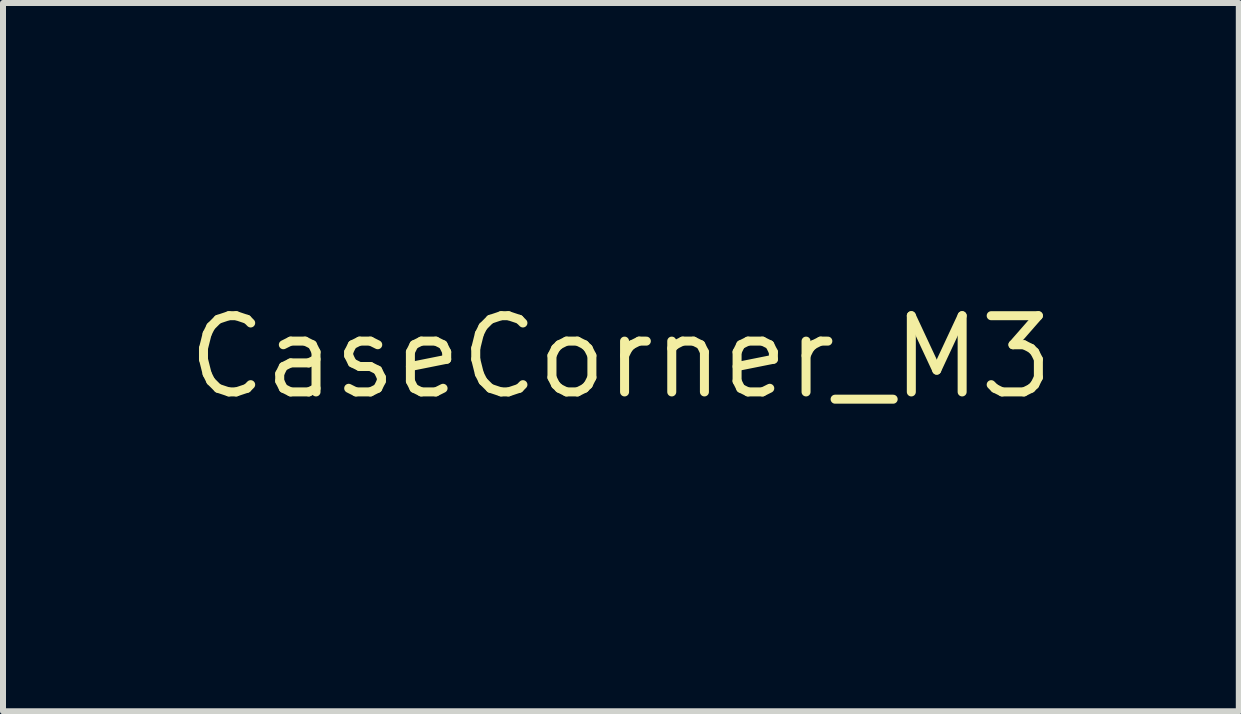
<source format=kicad_pcb>
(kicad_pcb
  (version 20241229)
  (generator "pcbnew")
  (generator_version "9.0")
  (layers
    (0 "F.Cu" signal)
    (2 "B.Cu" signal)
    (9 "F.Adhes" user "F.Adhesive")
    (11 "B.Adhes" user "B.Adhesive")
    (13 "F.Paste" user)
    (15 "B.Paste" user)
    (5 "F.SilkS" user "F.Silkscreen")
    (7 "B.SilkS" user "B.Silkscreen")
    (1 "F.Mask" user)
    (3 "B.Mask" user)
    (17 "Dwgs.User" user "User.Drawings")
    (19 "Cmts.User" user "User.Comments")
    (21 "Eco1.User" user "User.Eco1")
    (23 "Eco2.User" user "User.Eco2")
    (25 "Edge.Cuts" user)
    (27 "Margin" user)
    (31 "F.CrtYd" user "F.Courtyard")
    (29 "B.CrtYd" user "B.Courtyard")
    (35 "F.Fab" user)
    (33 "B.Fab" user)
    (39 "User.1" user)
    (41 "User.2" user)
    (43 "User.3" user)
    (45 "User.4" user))
  (footprint "CaseCorner_M3"
    (layer "F.Cu")
    (at 7.295 2.9)
    (property "Reference" "CaseCorner_M3" (at 0 0 0) (unlocked yes) (layer "F.SilkS") (effects (font (size 1.27 1.27) (thickness 0.15))))
    (attr board_only exclude_from_pos_files exclude_from_bom allow_missing_courtyard)
    (fp_line (start -5.6 -2.8) (end 0 -2.8) (stroke (width 0.2) (type default)) (layer "User.6"))
    (fp_line (start -5.6 2.8) (end 0 2.8) (stroke (width 0.2) (type default)) (layer "User.6"))
    (fp_arc (start 0 -2.8) (mid 2.8 0) (end 0 2.8) (stroke (width 0.2) (type default)) (layer "User.6"))
    (fp_circle (center 0 0) (end 0 1.5) (stroke (width 0.2) (type default)) (fill no) (layer "User.6"))
    (fp_circle (center 0 0) (end 0 2.8) (stroke (width 0.2) (type dot)) (fill no) (layer "User.6")))
  (gr_rect
    (start -3 -3)
    (end 17.589 8.8)
    (stroke (width 0.1) (type default))
    (fill no)
    (layer "Edge.Cuts")))
</source>
